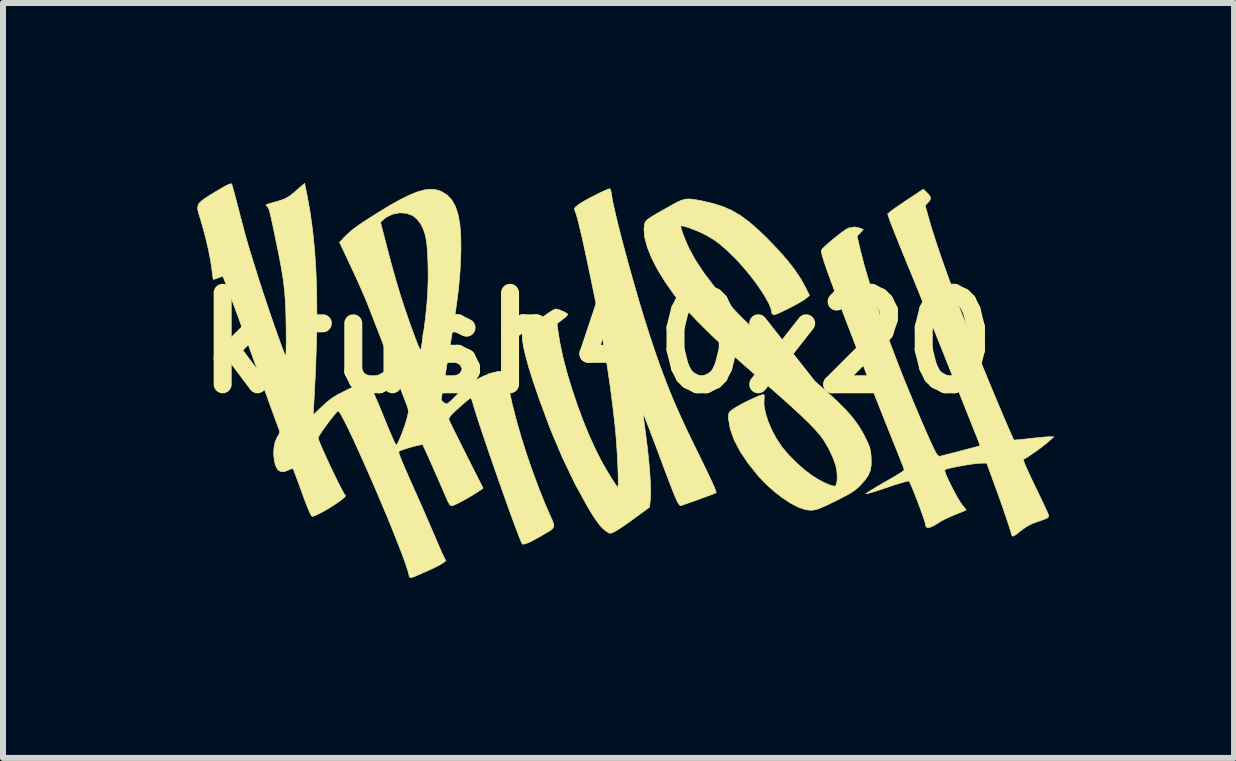
<source format=kicad_pcb>
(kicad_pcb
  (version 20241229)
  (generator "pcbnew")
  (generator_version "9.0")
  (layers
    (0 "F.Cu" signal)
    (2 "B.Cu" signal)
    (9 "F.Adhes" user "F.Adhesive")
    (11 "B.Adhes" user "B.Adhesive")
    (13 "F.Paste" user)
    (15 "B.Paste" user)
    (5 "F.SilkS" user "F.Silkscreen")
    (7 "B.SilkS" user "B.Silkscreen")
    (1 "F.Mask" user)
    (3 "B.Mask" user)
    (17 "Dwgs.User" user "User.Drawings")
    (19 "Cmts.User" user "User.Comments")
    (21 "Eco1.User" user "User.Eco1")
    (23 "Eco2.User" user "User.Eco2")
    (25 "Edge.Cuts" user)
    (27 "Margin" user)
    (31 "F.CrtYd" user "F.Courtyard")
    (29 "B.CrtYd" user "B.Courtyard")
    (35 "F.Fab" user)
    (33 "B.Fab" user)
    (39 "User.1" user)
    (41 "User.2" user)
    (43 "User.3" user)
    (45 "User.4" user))
  (footprint "krush40x20"
    (layer "F.Cu")
    (at 6.902 2.665)
    (property "Reference" "krush40x20" (at 0 0 0) (layer "F.SilkS") (effects (font (size 1.524 1.524) (thickness 0.3))))
    (attr through_hole)
    (fp_poly (pts (xy 0.214 -2.57) (xy 0.225 -2.546) (xy 0.236 -2.497) (xy 0.244 -2.447) (xy 0.256 -2.373) (xy 0.279 -2.267) (xy 0.31 -2.132) (xy 0.348 -1.973) (xy 0.393 -1.796) (xy 0.443 -1.605) (xy 0.497 -1.404) (xy 0.554 -1.198) (xy 0.612 -0.992) (xy 0.67 -0.791) (xy 0.727 -0.599) (xy 0.772 -0.449) (xy 0.874 -0.128) (xy 0.971 0.163) (xy 1.066 0.431) (xy 1.162 0.686) (xy 1.263 0.935) (xy 1.373 1.186) (xy 1.493 1.447) (xy 1.628 1.726) (xy 1.681 1.833) (xy 1.765 2.005) (xy 1.838 2.155) (xy 1.897 2.281) (xy 1.942 2.38) (xy 1.971 2.451) (xy 1.984 2.49) (xy 1.984 2.497) (xy 1.961 2.507) (xy 1.909 2.528) (xy 1.835 2.555) (xy 1.748 2.587) (xy 1.656 2.621) (xy 1.566 2.653) (xy 1.485 2.681) (xy 1.423 2.703) (xy 1.403 2.709) (xy 1.391 2.711) (xy 1.379 2.707) (xy 1.365 2.693) (xy 1.348 2.667) (xy 1.327 2.625) (xy 1.301 2.565) (xy 1.267 2.484) (xy 1.226 2.378) (xy 1.175 2.245) (xy 1.113 2.082) (xy 1.04 1.885) (xy 1.035 1.871) (xy 0.977 1.716) (xy 0.922 1.572) (xy 0.874 1.445) (xy 0.833 1.339) (xy 0.801 1.256) (xy 0.779 1.202) (xy 0.769 1.179) (xy 0.769 1.179) (xy 0.769 1.199) (xy 0.775 1.252) (xy 0.784 1.331) (xy 0.797 1.43) (xy 0.812 1.544) (xy 0.838 1.75) (xy 0.859 1.95) (xy 0.876 2.138) (xy 0.886 2.306) (xy 0.891 2.451) (xy 0.89 2.565) (xy 0.887 2.604) (xy 0.874 2.737) (xy 0.642 2.907) (xy 0.551 2.973) (xy 0.462 3.035) (xy 0.385 3.088) (xy 0.328 3.124) (xy 0.317 3.131) (xy 0.262 3.16) (xy 0.228 3.172) (xy 0.2 3.168) (xy 0.166 3.148) (xy 0.165 3.148) (xy 0.111 3.108) (xy 0.055 3.051) (xy -0.006 2.972) (xy -0.076 2.867) (xy -0.153 2.741) (xy -0.37 2.346) (xy -0.577 1.914) (xy -0.776 1.445) (xy -0.964 0.939) (xy -1.064 0.647) (xy -1.136 0.419) (xy -1.19 0.225) (xy -1.227 0.066) (xy -1.246 -0.058) (xy -1.249 -0.117) (xy -1.248 -0.166) (xy -1.237 -0.199) (xy -1.21 -0.226) (xy -1.159 -0.26) (xy -1.143 -0.27) (xy -1.078 -0.311) (xy -0.996 -0.367) (xy -0.911 -0.427) (xy -0.88 -0.45) (xy -0.809 -0.5) (xy -0.748 -0.539) (xy -0.704 -0.562) (xy -0.689 -0.566) (xy -0.65 -0.558) (xy -0.598 -0.539) (xy -0.545 -0.515) (xy -0.504 -0.491) (xy -0.488 -0.474) (xy -0.503 -0.454) (xy -0.54 -0.419) (xy -0.578 -0.39) (xy -0.668 -0.322) (xy -0.655 -0.215) (xy -0.621 -0.002) (xy -0.57 0.238) (xy -0.503 0.495) (xy -0.422 0.763) (xy -0.331 1.035) (xy -0.231 1.303) (xy -0.126 1.559) (xy -0.017 1.796) (xy 0.062 1.952) (xy 0.114 2.046) (xy 0.169 2.14) (xy 0.222 2.228) (xy 0.271 2.305) (xy 0.31 2.363) (xy 0.337 2.397) (xy 0.346 2.403) (xy 0.35 2.385) (xy 0.352 2.333) (xy 0.351 2.254) (xy 0.349 2.154) (xy 0.344 2.038) (xy 0.338 1.912) (xy 0.331 1.783) (xy 0.322 1.655) (xy 0.313 1.535) (xy 0.303 1.429) (xy 0.302 1.417) (xy 0.262 1.063) (xy 0.217 0.717) (xy 0.166 0.37) (xy 0.106 0.012) (xy 0.037 -0.366) (xy -0.037 -0.744) (xy -0.102 -1.061) (xy -0.161 -1.34) (xy -0.212 -1.581) (xy -0.258 -1.784) (xy -0.296 -1.948) (xy -0.328 -2.074) (xy -0.354 -2.161) (xy -0.373 -2.21) (xy -0.373 -2.211) (xy -0.378 -2.236) (xy -0.362 -2.263) (xy -0.318 -2.299) (xy -0.308 -2.307) (xy -0.257 -2.34) (xy -0.188 -2.38) (xy -0.107 -2.424) (xy -0.021 -2.468) (xy 0.061 -2.509) (xy 0.132 -2.542) (xy 0.185 -2.563) (xy 0.213 -2.57) (xy 0.214 -2.57)) (stroke (width 0.01) (type solid)) (fill yes) (layer "F.SilkS"))
    (fp_poly (pts (xy 1.609 -2.392) (xy 1.71 -2.374) (xy 1.764 -2.363) (xy 1.942 -2.321) (xy 2.101 -2.27) (xy 2.246 -2.206) (xy 2.385 -2.125) (xy 2.525 -2.023) (xy 2.672 -1.896) (xy 2.834 -1.741) (xy 2.834 -1.741) (xy 3.017 -1.55) (xy 3.171 -1.375) (xy 3.296 -1.214) (xy 3.397 -1.062) (xy 3.46 -0.948) (xy 3.539 -0.791) (xy 3.477 -0.739) (xy 3.434 -0.709) (xy 3.368 -0.67) (xy 3.287 -0.625) (xy 3.2 -0.58) (xy 3.114 -0.537) (xy 3.037 -0.501) (xy 2.978 -0.477) (xy 2.945 -0.469) (xy 2.916 -0.485) (xy 2.911 -0.506) (xy 2.898 -0.571) (xy 2.861 -0.66) (xy 2.802 -0.766) (xy 2.726 -0.886) (xy 2.636 -1.014) (xy 2.535 -1.145) (xy 2.426 -1.275) (xy 2.312 -1.399) (xy 2.292 -1.419) (xy 2.164 -1.544) (xy 2.05 -1.643) (xy 1.941 -1.723) (xy 1.828 -1.79) (xy 1.768 -1.821) (xy 1.682 -1.86) (xy 1.595 -1.895) (xy 1.515 -1.924) (xy 1.45 -1.944) (xy 1.407 -1.951) (xy 1.396 -1.949) (xy 1.396 -1.926) (xy 1.41 -1.875) (xy 1.435 -1.804) (xy 1.467 -1.722) (xy 1.504 -1.635) (xy 1.532 -1.575) (xy 1.641 -1.375) (xy 1.785 -1.158) (xy 1.963 -0.924) (xy 2.175 -0.673) (xy 2.243 -0.598) (xy 2.332 -0.502) (xy 2.43 -0.403) (xy 2.541 -0.296) (xy 2.668 -0.18) (xy 2.814 -0.051) (xy 2.982 0.094) (xy 3.177 0.259) (xy 3.256 0.325) (xy 3.466 0.501) (xy 3.648 0.656) (xy 3.805 0.793) (xy 3.938 0.914) (xy 4.051 1.022) (xy 4.147 1.119) (xy 4.228 1.209) (xy 4.296 1.295) (xy 4.355 1.378) (xy 4.407 1.462) (xy 4.455 1.549) (xy 4.469 1.578) (xy 4.512 1.666) (xy 4.539 1.734) (xy 4.555 1.795) (xy 4.564 1.862) (xy 4.568 1.924) (xy 4.568 2.037) (xy 4.552 2.13) (xy 4.515 2.214) (xy 4.453 2.3) (xy 4.388 2.371) (xy 4.343 2.415) (xy 4.295 2.455) (xy 4.236 2.494) (xy 4.16 2.538) (xy 4.061 2.59) (xy 3.967 2.637) (xy 3.845 2.697) (xy 3.75 2.74) (xy 3.677 2.769) (xy 3.618 2.784) (xy 3.566 2.789) (xy 3.514 2.785) (xy 3.456 2.773) (xy 3.451 2.772) (xy 3.344 2.734) (xy 3.22 2.669) (xy 3.088 2.582) (xy 2.952 2.476) (xy 2.821 2.358) (xy 2.699 2.232) (xy 2.683 2.214) (xy 2.516 2.005) (xy 2.382 1.805) (xy 2.283 1.615) (xy 2.219 1.435) (xy 2.19 1.269) (xy 2.189 1.226) (xy 2.191 1.185) (xy 2.204 1.154) (xy 2.235 1.125) (xy 2.291 1.087) (xy 2.301 1.08) (xy 2.363 1.044) (xy 2.441 1.002) (xy 2.527 0.959) (xy 2.612 0.92) (xy 2.687 0.887) (xy 2.743 0.866) (xy 2.77 0.86) (xy 2.785 0.873) (xy 2.785 0.916) (xy 2.783 0.933) (xy 2.781 1.037) (xy 2.804 1.162) (xy 2.847 1.301) (xy 2.908 1.446) (xy 2.985 1.59) (xy 3.074 1.725) (xy 3.086 1.741) (xy 3.198 1.874) (xy 3.333 2.009) (xy 3.475 2.132) (xy 3.593 2.219) (xy 3.68 2.273) (xy 3.768 2.32) (xy 3.848 2.357) (xy 3.915 2.38) (xy 3.96 2.388) (xy 3.974 2.383) (xy 3.991 2.345) (xy 4 2.28) (xy 4 2.199) (xy 3.992 2.115) (xy 3.977 2.041) (xy 3.929 1.909) (xy 3.863 1.768) (xy 3.785 1.634) (xy 3.764 1.602) (xy 3.709 1.529) (xy 3.633 1.443) (xy 3.535 1.341) (xy 3.413 1.222) (xy 3.266 1.086) (xy 3.092 0.929) (xy 2.89 0.752) (xy 2.735 0.618) (xy 2.429 0.351) (xy 2.153 0.103) (xy 1.91 -0.126) (xy 1.698 -0.335) (xy 1.519 -0.523) (xy 1.372 -0.691) (xy 1.285 -0.801) (xy 1.133 -1.018) (xy 1.006 -1.224) (xy 0.907 -1.418) (xy 0.836 -1.596) (xy 0.793 -1.757) (xy 0.781 -1.899) (xy 0.789 -1.976) (xy 0.796 -2) (xy 0.807 -2.023) (xy 0.829 -2.046) (xy 0.863 -2.074) (xy 0.916 -2.109) (xy 0.989 -2.153) (xy 1.088 -2.209) (xy 1.217 -2.281) (xy 1.25 -2.3) (xy 1.337 -2.347) (xy 1.406 -2.378) (xy 1.468 -2.395) (xy 1.532 -2.4) (xy 1.609 -2.392)) (stroke (width 0.01) (type solid)) (fill yes) (layer "F.SilkS"))
    (fp_poly (pts (xy 5.484 -2.517) (xy 5.536 -2.462) (xy 5.557 -2.42) (xy 5.549 -2.381) (xy 5.52 -2.345) (xy 5.467 -2.29) (xy 5.518 -2.107) (xy 5.574 -1.912) (xy 5.647 -1.685) (xy 5.734 -1.427) (xy 5.835 -1.142) (xy 5.948 -0.832) (xy 6.073 -0.499) (xy 6.209 -0.148) (xy 6.351 0.211) (xy 6.4 0.331) (xy 6.455 0.465) (xy 6.514 0.61) (xy 6.576 0.759) (xy 6.639 0.91) (xy 6.701 1.057) (xy 6.76 1.196) (xy 6.814 1.322) (xy 6.861 1.432) (xy 6.9 1.52) (xy 6.928 1.583) (xy 6.943 1.615) (xy 6.946 1.618) (xy 6.966 1.618) (xy 7.018 1.614) (xy 7.094 1.607) (xy 7.187 1.596) (xy 7.212 1.593) (xy 7.316 1.582) (xy 7.411 1.573) (xy 7.488 1.566) (xy 7.538 1.564) (xy 7.542 1.564) (xy 7.61 1.565) (xy 7.513 1.653) (xy 7.46 1.696) (xy 7.392 1.749) (xy 7.315 1.805) (xy 7.238 1.858) (xy 7.171 1.903) (xy 7.121 1.933) (xy 7.104 1.941) (xy 7.106 1.959) (xy 7.124 2.009) (xy 7.156 2.084) (xy 7.2 2.181) (xy 7.253 2.294) (xy 7.302 2.395) (xy 7.362 2.519) (xy 7.416 2.632) (xy 7.462 2.73) (xy 7.498 2.808) (xy 7.52 2.86) (xy 7.527 2.88) (xy 7.523 2.899) (xy 7.502 2.918) (xy 7.458 2.938) (xy 7.384 2.965) (xy 7.357 2.973) (xy 7.247 3.014) (xy 7.159 3.059) (xy 7.078 3.116) (xy 7.064 3.127) (xy 6.997 3.181) (xy 6.954 3.211) (xy 6.928 3.221) (xy 6.914 3.213) (xy 6.909 3.199) (xy 6.886 3.12) (xy 6.851 3.01) (xy 6.805 2.873) (xy 6.751 2.716) (xy 6.689 2.542) (xy 6.646 2.423) (xy 6.493 2.003) (xy 6.387 2.005) (xy 6.327 2.009) (xy 6.245 2.02) (xy 6.15 2.034) (xy 6.051 2.052) (xy 5.957 2.07) (xy 5.878 2.087) (xy 5.822 2.102) (xy 5.802 2.111) (xy 5.794 2.124) (xy 5.798 2.15) (xy 5.813 2.195) (xy 5.844 2.263) (xy 5.89 2.36) (xy 5.905 2.389) (xy 5.956 2.488) (xy 6.006 2.579) (xy 6.052 2.654) (xy 6.087 2.705) (xy 6.096 2.715) (xy 6.13 2.755) (xy 6.149 2.781) (xy 6.15 2.785) (xy 6.131 2.794) (xy 6.083 2.814) (xy 6.015 2.842) (xy 5.963 2.863) (xy 5.877 2.899) (xy 5.796 2.937) (xy 5.734 2.969) (xy 5.714 2.982) (xy 5.618 3.042) (xy 5.548 3.074) (xy 5.502 3.078) (xy 5.476 3.056) (xy 5.471 3.019) (xy 5.464 2.989) (xy 5.445 2.93) (xy 5.417 2.849) (xy 5.383 2.755) (xy 5.345 2.653) (xy 5.306 2.552) (xy 5.269 2.459) (xy 5.237 2.381) (xy 5.212 2.326) (xy 5.199 2.301) (xy 5.177 2.303) (xy 5.125 2.316) (xy 5.048 2.338) (xy 4.951 2.368) (xy 4.842 2.405) (xy 4.839 2.406) (xy 4.73 2.443) (xy 4.633 2.474) (xy 4.556 2.497) (xy 4.504 2.512) (xy 4.482 2.515) (xy 4.482 2.515) (xy 4.495 2.503) (xy 4.536 2.474) (xy 4.601 2.434) (xy 4.683 2.384) (xy 4.752 2.344) (xy 4.873 2.275) (xy 4.964 2.222) (xy 5.03 2.182) (xy 5.074 2.155) (xy 5.101 2.135) (xy 5.113 2.121) (xy 5.116 2.11) (xy 5.114 2.098) (xy 5.112 2.094) (xy 5.103 2.068) (xy 5.08 2.011) (xy 5.047 1.927) (xy 5.005 1.82) (xy 4.955 1.696) (xy 4.899 1.558) (xy 4.866 1.475) (xy 4.796 1.299) (xy 4.718 1.104) (xy 4.639 0.902) (xy 4.561 0.703) (xy 4.49 0.519) (xy 4.433 0.371) (xy 4.368 0.202) (xy 4.296 0.013) (xy 4.221 -0.183) (xy 4.147 -0.374) (xy 4.081 -0.547) (xy 4.05 -0.625) (xy 3.959 -0.863) (xy 3.883 -1.066) (xy 3.823 -1.233) (xy 3.779 -1.364) (xy 3.75 -1.46) (xy 3.736 -1.521) (xy 3.736 -1.542) (xy 3.753 -1.567) (xy 3.795 -1.609) (xy 3.855 -1.663) (xy 3.925 -1.723) (xy 4 -1.783) (xy 4.072 -1.839) (xy 4.135 -1.883) (xy 4.181 -1.91) (xy 4.19 -1.914) (xy 4.288 -1.933) (xy 4.381 -1.913) (xy 4.386 -1.911) (xy 4.436 -1.889) (xy 4.384 -1.834) (xy 4.332 -1.78) (xy 4.386 -1.549) (xy 4.448 -1.306) (xy 4.528 -1.033) (xy 4.623 -0.734) (xy 4.732 -0.413) (xy 4.853 -0.076) (xy 4.985 0.274) (xy 5.126 0.632) (xy 5.275 0.994) (xy 5.337 1.139) (xy 5.416 1.325) (xy 5.483 1.479) (xy 5.537 1.602) (xy 5.581 1.699) (xy 5.616 1.772) (xy 5.643 1.824) (xy 5.665 1.859) (xy 5.683 1.879) (xy 5.697 1.889) (xy 5.711 1.889) (xy 5.714 1.889) (xy 5.768 1.875) (xy 5.845 1.856) (xy 5.936 1.832) (xy 6.034 1.807) (xy 6.133 1.781) (xy 6.224 1.757) (xy 6.3 1.737) (xy 6.355 1.722) (xy 6.38 1.714) (xy 6.381 1.714) (xy 6.376 1.695) (xy 6.359 1.648) (xy 6.332 1.578) (xy 6.298 1.495) (xy 6.273 1.431) (xy 6.235 1.336) (xy 6.186 1.214) (xy 6.129 1.071) (xy 6.066 0.911) (xy 5.998 0.74) (xy 5.927 0.562) (xy 5.882 0.449) (xy 5.798 0.238) (xy 5.705 0.004) (xy 5.605 -0.243) (xy 5.504 -0.494) (xy 5.405 -0.738) (xy 5.313 -0.965) (xy 5.232 -1.163) (xy 5.162 -1.331) (xy 5.097 -1.492) (xy 5.036 -1.641) (xy 4.983 -1.774) (xy 4.938 -1.886) (xy 4.904 -1.973) (xy 4.882 -2.03) (xy 4.876 -2.047) (xy 4.842 -2.15) (xy 4.888 -2.189) (xy 4.92 -2.214) (xy 4.978 -2.255) (xy 5.054 -2.307) (xy 5.142 -2.367) (xy 5.185 -2.395) (xy 5.436 -2.562) (xy 5.484 -2.517)) (stroke (width 0.01) (type solid)) (fill yes) (layer "F.SilkS"))
    (fp_poly (pts (xy -4.832 -2.448) (xy -4.781 -2.163) (xy -4.74 -1.861) (xy -4.708 -1.541) (xy -4.686 -1.199) (xy -4.674 -0.833) (xy -4.67 -0.44) (xy -4.677 -0.018) (xy -4.692 0.437) (xy -4.717 0.927) (xy -4.72 0.987) (xy -4.733 1.202) (xy -4.579 1.055) (xy -4.512 0.994) (xy -4.451 0.944) (xy -4.386 0.899) (xy -4.308 0.854) (xy -4.207 0.802) (xy -4.15 0.774) (xy -4.045 0.724) (xy -3.956 0.685) (xy -3.889 0.66) (xy -3.849 0.65) (xy -3.843 0.651) (xy -3.819 0.67) (xy -3.788 0.715) (xy -3.749 0.787) (xy -3.701 0.889) (xy -3.643 1.022) (xy -3.574 1.189) (xy -3.527 1.306) (xy -3.479 1.421) (xy -3.436 1.524) (xy -3.399 1.608) (xy -3.37 1.669) (xy -3.353 1.7) (xy -3.349 1.704) (xy -3.333 1.687) (xy -3.309 1.641) (xy -3.279 1.573) (xy -3.246 1.491) (xy -3.214 1.403) (xy -3.186 1.316) (xy -3.17 1.262) (xy -3.153 1.192) (xy -3.146 1.143) (xy -3.151 1.101) (xy -3.167 1.049) (xy -3.178 1.02) (xy -3.194 0.979) (xy -3.222 0.906) (xy -3.261 0.805) (xy -3.309 0.682) (xy -3.364 0.54) (xy -3.424 0.386) (xy -3.487 0.222) (xy -3.553 0.053) (xy -3.618 -0.115) (xy -3.682 -0.278) (xy -3.742 -0.432) (xy -3.796 -0.572) (xy -3.833 -0.664) (xy -3.866 -0.745) (xy -3.912 -0.852) (xy -3.967 -0.977) (xy -4.027 -1.11) (xy -4.089 -1.242) (xy -4.103 -1.273) (xy -4.293 -1.676) (xy -4.223 -1.752) (xy -4.168 -1.807) (xy -4.109 -1.86) (xy -4.039 -1.916) (xy -3.953 -1.977) (xy -3.902 -2.011) (xy -3.611 -2.011) (xy -3.514 -1.636) (xy -3.434 -1.331) (xy -3.357 -1.057) (xy -3.282 -0.805) (xy -3.205 -0.569) (xy -3.126 -0.339) (xy -3.113 -0.303) (xy -3.062 -0.164) (xy -3.023 -0.058) (xy -2.993 0.019) (xy -2.971 0.071) (xy -2.956 0.101) (xy -2.945 0.113) (xy -2.939 0.112) (xy -2.933 0.091) (xy -2.924 0.038) (xy -2.911 -0.039) (xy -2.898 -0.134) (xy -2.893 -0.168) (xy -2.86 -0.424) (xy -2.837 -0.652) (xy -2.823 -0.863) (xy -2.816 -1.067) (xy -2.818 -1.273) (xy -2.819 -1.316) (xy -2.826 -1.487) (xy -2.836 -1.625) (xy -2.852 -1.737) (xy -2.873 -1.829) (xy -2.902 -1.908) (xy -2.939 -1.98) (xy -2.947 -1.993) (xy -2.997 -2.057) (xy -3.058 -2.111) (xy -3.078 -2.124) (xy -3.18 -2.161) (xy -3.293 -2.168) (xy -3.407 -2.146) (xy -3.51 -2.097) (xy -3.545 -2.069) (xy -3.611 -2.011) (xy -3.902 -2.011) (xy -3.846 -2.048) (xy -3.712 -2.134) (xy -3.654 -2.17) (xy -3.452 -2.293) (xy -3.276 -2.391) (xy -3.124 -2.465) (xy -2.993 -2.518) (xy -2.878 -2.55) (xy -2.777 -2.561) (xy -2.687 -2.553) (xy -2.604 -2.527) (xy -2.586 -2.519) (xy -2.496 -2.461) (xy -2.421 -2.381) (xy -2.363 -2.277) (xy -2.319 -2.146) (xy -2.289 -1.986) (xy -2.273 -1.794) (xy -2.27 -1.569) (xy -2.273 -1.436) (xy -2.279 -1.305) (xy -2.286 -1.18) (xy -2.296 -1.056) (xy -2.308 -0.926) (xy -2.324 -0.788) (xy -2.345 -0.634) (xy -2.37 -0.462) (xy -2.4 -0.265) (xy -2.437 -0.039) (xy -2.473 0.178) (xy -2.501 0.345) (xy -2.526 0.5) (xy -2.549 0.638) (xy -2.568 0.755) (xy -2.583 0.848) (xy -2.594 0.912) (xy -2.598 0.942) (xy -2.599 0.944) (xy -2.584 0.97) (xy -2.55 0.998) (xy -2.516 1.015) (xy -2.509 1.016) (xy -2.483 1.003) (xy -2.44 0.967) (xy -2.387 0.915) (xy -2.369 0.896) (xy -2.238 0.773) (xy -2.093 0.664) (xy -1.943 0.576) (xy -1.795 0.511) (xy -1.658 0.477) (xy -1.654 0.476) (xy -1.598 0.471) (xy -1.566 0.479) (xy -1.543 0.504) (xy -1.538 0.511) (xy -1.523 0.548) (xy -1.504 0.614) (xy -1.484 0.699) (xy -1.467 0.782) (xy -1.415 1.021) (xy -1.347 1.286) (xy -1.266 1.569) (xy -1.174 1.86) (xy -1.073 2.151) (xy -0.968 2.434) (xy -0.861 2.7) (xy -0.773 2.9) (xy -0.741 2.969) (xy -0.723 3.02) (xy -0.722 3.059) (xy -0.741 3.093) (xy -0.784 3.128) (xy -0.855 3.171) (xy -0.938 3.219) (xy -1.053 3.283) (xy -1.138 3.326) (xy -1.198 3.349) (xy -1.234 3.355) (xy -1.249 3.349) (xy -1.263 3.322) (xy -1.287 3.262) (xy -1.322 3.173) (xy -1.365 3.059) (xy -1.415 2.924) (xy -1.471 2.77) (xy -1.53 2.604) (xy -1.593 2.427) (xy -1.657 2.245) (xy -1.721 2.062) (xy -1.784 1.88) (xy -1.844 1.704) (xy -1.9 1.539) (xy -1.951 1.387) (xy -1.995 1.253) (xy -2.031 1.14) (xy -2.058 1.053) (xy -2.072 1.001) (xy -2.087 0.951) (xy -2.103 0.922) (xy -2.108 0.918) (xy -2.128 0.931) (xy -2.171 0.964) (xy -2.23 1.014) (xy -2.299 1.075) (xy -2.303 1.079) (xy -2.38 1.15) (xy -2.432 1.201) (xy -2.46 1.238) (xy -2.471 1.264) (xy -2.47 1.279) (xy -2.458 1.306) (xy -2.431 1.363) (xy -2.391 1.446) (xy -2.339 1.55) (xy -2.279 1.67) (xy -2.213 1.803) (xy -2.179 1.87) (xy -1.9 2.422) (xy -2.002 2.49) (xy -2.081 2.54) (xy -2.168 2.591) (xy -2.253 2.638) (xy -2.33 2.678) (xy -2.389 2.705) (xy -2.424 2.716) (xy -2.425 2.716) (xy -2.453 2.698) (xy -2.484 2.65) (xy -2.496 2.623) (xy -2.554 2.489) (xy -2.614 2.351) (xy -2.674 2.215) (xy -2.731 2.085) (xy -2.784 1.966) (xy -2.83 1.863) (xy -2.867 1.781) (xy -2.894 1.724) (xy -2.907 1.697) (xy -2.908 1.696) (xy -2.93 1.696) (xy -2.98 1.706) (xy -3.047 1.722) (xy -3.122 1.743) (xy -3.194 1.765) (xy -3.255 1.786) (xy -3.295 1.803) (xy -3.298 1.805) (xy -3.304 1.811) (xy -3.305 1.823) (xy -3.301 1.845) (xy -3.29 1.878) (xy -3.271 1.928) (xy -3.243 1.996) (xy -3.204 2.087) (xy -3.153 2.203) (xy -3.089 2.349) (xy -3.01 2.526) (xy -3.005 2.537) (xy -2.943 2.677) (xy -2.879 2.823) (xy -2.817 2.965) (xy -2.761 3.094) (xy -2.716 3.2) (xy -2.702 3.231) (xy -2.66 3.33) (xy -2.62 3.423) (xy -2.586 3.5) (xy -2.562 3.552) (xy -2.558 3.56) (xy -2.521 3.632) (xy -2.578 3.673) (xy -2.62 3.698) (xy -2.687 3.733) (xy -2.77 3.773) (xy -2.837 3.803) (xy -2.944 3.851) (xy -3.021 3.884) (xy -3.072 3.904) (xy -3.104 3.912) (xy -3.121 3.909) (xy -3.13 3.896) (xy -3.135 3.874) (xy -3.137 3.863) (xy -3.156 3.792) (xy -3.189 3.693) (xy -3.232 3.571) (xy -3.286 3.429) (xy -3.349 3.269) (xy -3.418 3.096) (xy -3.493 2.912) (xy -3.573 2.722) (xy -3.655 2.528) (xy -3.738 2.334) (xy -3.822 2.144) (xy -3.903 1.96) (xy -3.982 1.786) (xy -4.055 1.625) (xy -4.123 1.482) (xy -4.183 1.358) (xy -4.235 1.258) (xy -4.275 1.185) (xy -4.304 1.143) (xy -4.317 1.133) (xy -4.336 1.148) (xy -4.372 1.188) (xy -4.419 1.247) (xy -4.472 1.316) (xy -4.526 1.39) (xy -4.577 1.46) (xy -4.617 1.521) (xy -4.643 1.564) (xy -4.65 1.581) (xy -4.642 1.612) (xy -4.619 1.672) (xy -4.584 1.754) (xy -4.541 1.852) (xy -4.49 1.962) (xy -4.437 2.077) (xy -4.382 2.191) (xy -4.33 2.298) (xy -4.282 2.393) (xy -4.242 2.469) (xy -4.212 2.521) (xy -4.196 2.543) (xy -4.199 2.56) (xy -4.231 2.591) (xy -4.284 2.632) (xy -4.354 2.681) (xy -4.433 2.732) (xy -4.515 2.782) (xy -4.595 2.826) (xy -4.666 2.862) (xy -4.721 2.885) (xy -4.751 2.891) (xy -4.767 2.873) (xy -4.793 2.82) (xy -4.829 2.735) (xy -4.873 2.621) (xy -4.914 2.509) (xy -4.956 2.393) (xy -4.994 2.289) (xy -5.026 2.203) (xy -5.049 2.14) (xy -5.063 2.107) (xy -5.065 2.104) (xy -5.086 2.094) (xy -5.126 2.11) (xy -5.136 2.115) (xy -5.211 2.145) (xy -5.276 2.143) (xy -5.32 2.115) (xy -5.358 2.049) (xy -5.381 1.958) (xy -5.391 1.853) (xy -5.386 1.746) (xy -5.366 1.647) (xy -5.331 1.57) (xy -5.301 1.522) (xy -5.291 1.489) (xy -5.298 1.451) (xy -5.315 1.406) (xy -5.328 1.371) (xy -5.353 1.303) (xy -5.388 1.206) (xy -5.433 1.084) (xy -5.485 0.94) (xy -5.544 0.778) (xy -5.608 0.602) (xy -5.675 0.415) (xy -5.703 0.338) (xy -5.81 0.043) (xy -5.904 -0.217) (xy -5.986 -0.442) (xy -6.056 -0.632) (xy -6.114 -0.789) (xy -6.161 -0.914) (xy -6.196 -1.007) (xy -6.221 -1.069) (xy -6.235 -1.101) (xy -6.238 -1.106) (xy -6.26 -1.104) (xy -6.303 -1.09) (xy -6.32 -1.083) (xy -6.366 -1.066) (xy -6.394 -1.058) (xy -6.397 -1.059) (xy -6.401 -1.08) (xy -6.409 -1.13) (xy -6.418 -1.202) (xy -6.424 -1.25) (xy -6.444 -1.382) (xy -6.475 -1.538) (xy -6.513 -1.706) (xy -6.557 -1.875) (xy -6.602 -2.033) (xy -6.618 -2.085) (xy -6.643 -2.166) (xy -6.657 -2.228) (xy -6.655 -2.279) (xy -6.636 -2.323) (xy -6.594 -2.366) (xy -6.528 -2.415) (xy -6.434 -2.475) (xy -6.369 -2.514) (xy -6.261 -2.578) (xy -6.183 -2.622) (xy -6.13 -2.646) (xy -6.101 -2.653) (xy -6.092 -2.649) (xy -6.083 -2.623) (xy -6.066 -2.565) (xy -6.043 -2.482) (xy -6.016 -2.379) (xy -5.985 -2.262) (xy -5.978 -2.235) (xy -5.941 -2.088) (xy -5.908 -1.965) (xy -5.88 -1.857) (xy -5.852 -1.756) (xy -5.823 -1.656) (xy -5.791 -1.548) (xy -5.753 -1.424) (xy -5.707 -1.277) (xy -5.662 -1.133) (xy -5.622 -1.007) (xy -5.577 -0.867) (xy -5.527 -0.718) (xy -5.476 -0.565) (xy -5.424 -0.412) (xy -5.373 -0.266) (xy -5.325 -0.13) (xy -5.282 -0.01) (xy -5.245 0.09) (xy -5.217 0.164) (xy -5.198 0.208) (xy -5.195 0.215) (xy -5.189 0.206) (xy -5.185 0.159) (xy -5.183 0.077) (xy -5.182 -0.039) (xy -5.183 -0.188) (xy -5.184 -0.293) (xy -5.187 -0.456) (xy -5.192 -0.601) (xy -5.199 -0.733) (xy -5.209 -0.858) (xy -5.223 -0.984) (xy -5.241 -1.116) (xy -5.265 -1.26) (xy -5.296 -1.424) (xy -5.334 -1.612) (xy -5.379 -1.832) (xy -5.382 -1.847) (xy -5.41 -1.979) (xy -5.431 -2.077) (xy -5.448 -2.148) (xy -5.46 -2.197) (xy -5.471 -2.229) (xy -5.481 -2.25) (xy -5.491 -2.264) (xy -5.501 -2.275) (xy -5.519 -2.298) (xy -5.503 -2.31) (xy -5.495 -2.312) (xy -5.377 -2.346) (xy -5.288 -2.372) (xy -5.221 -2.396) (xy -5.168 -2.421) (xy -5.121 -2.451) (xy -5.073 -2.489) (xy -5.021 -2.533) (xy -4.875 -2.66) (xy -4.832 -2.448)) (stroke (width 0.01) (type solid)) (fill yes) (layer "F.SilkS")))
  (gr_rect
    (start -3 -3)
    (end 17.517 9.582)
    (stroke (width 0.1) (type default))
    (fill no)
    (layer "Edge.Cuts")))
</source>
